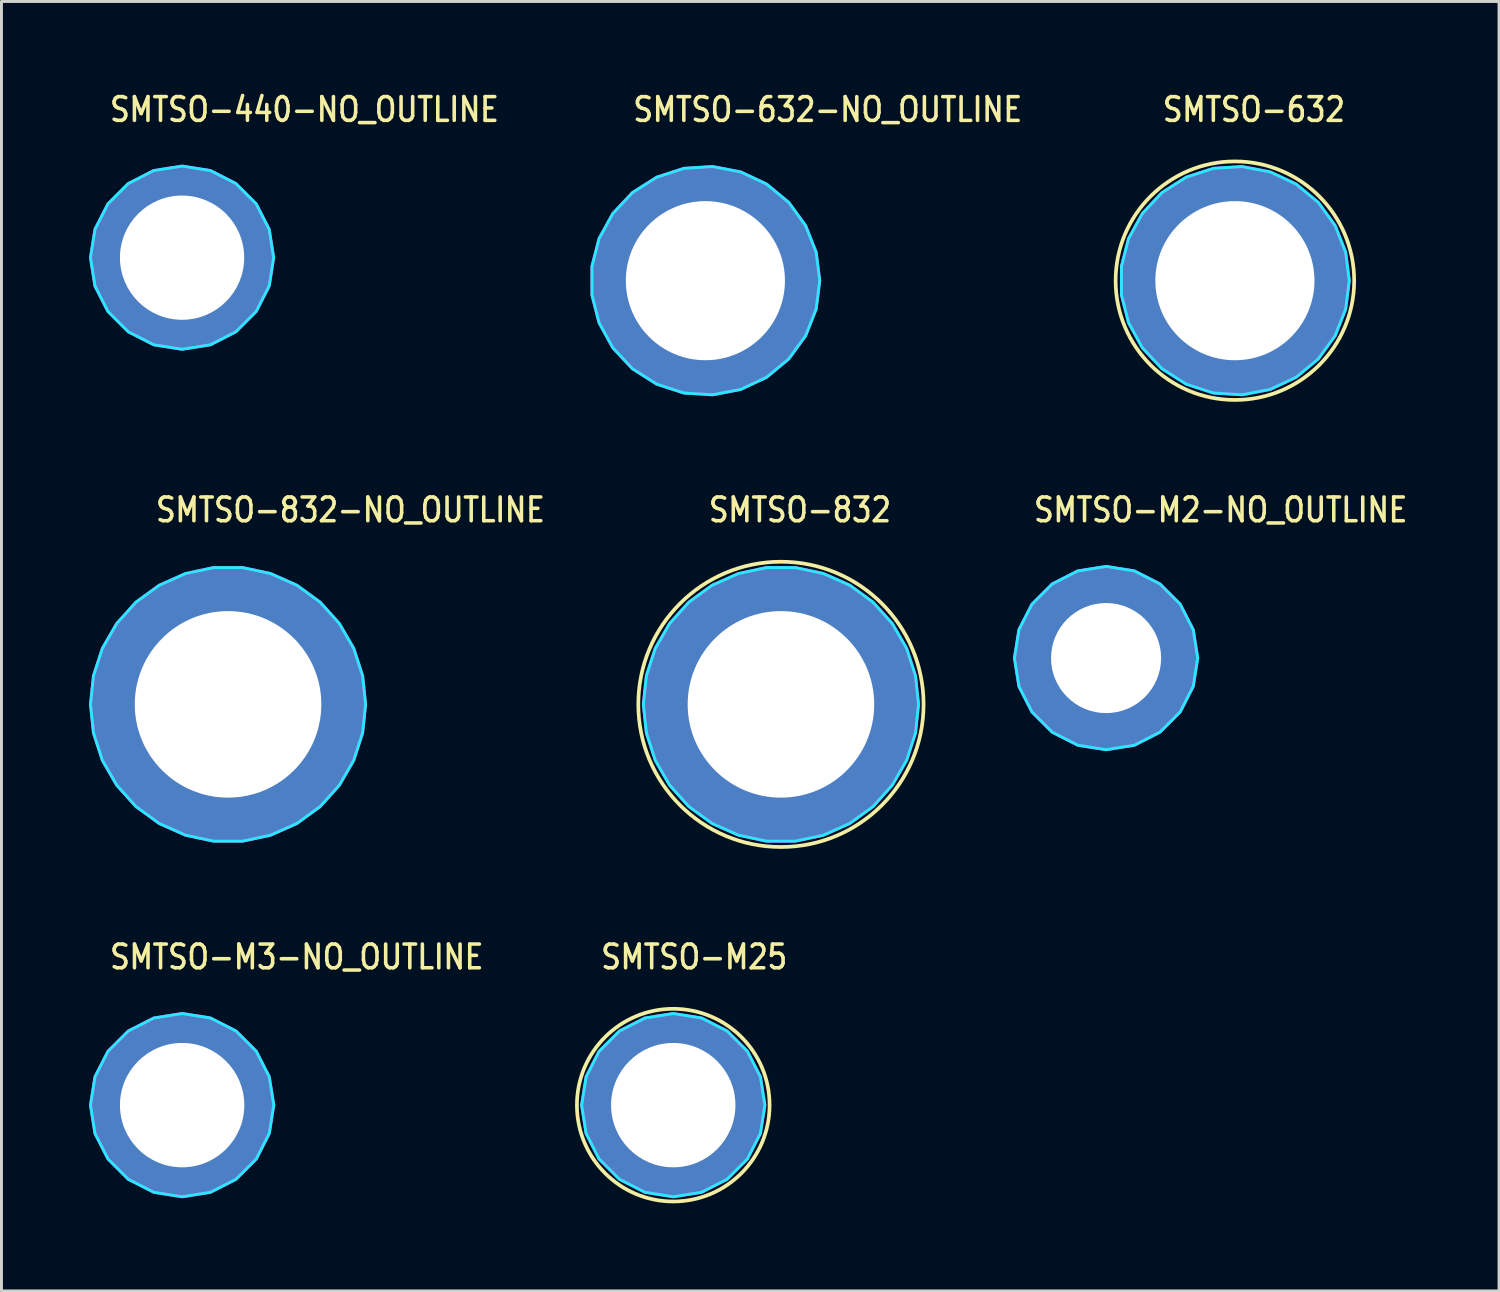
<source format=kicad_pcb>
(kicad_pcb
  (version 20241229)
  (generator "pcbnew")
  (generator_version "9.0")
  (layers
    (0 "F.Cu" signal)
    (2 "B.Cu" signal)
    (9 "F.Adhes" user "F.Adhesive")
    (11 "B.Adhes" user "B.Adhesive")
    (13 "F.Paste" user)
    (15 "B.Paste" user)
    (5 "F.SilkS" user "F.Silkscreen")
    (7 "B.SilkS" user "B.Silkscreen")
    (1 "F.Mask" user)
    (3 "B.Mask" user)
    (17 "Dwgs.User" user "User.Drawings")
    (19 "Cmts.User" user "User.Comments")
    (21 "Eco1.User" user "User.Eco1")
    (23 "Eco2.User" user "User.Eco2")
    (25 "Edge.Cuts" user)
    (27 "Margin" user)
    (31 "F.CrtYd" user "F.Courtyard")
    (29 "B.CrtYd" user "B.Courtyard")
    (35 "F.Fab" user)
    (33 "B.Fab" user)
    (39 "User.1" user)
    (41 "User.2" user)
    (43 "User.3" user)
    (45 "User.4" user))
  (footprint "SMTSO-632-NO_OUTLINE"
    (layer "F.Cu")
    (at 21.114 6.565)
    (property "Reference" "SMTSO-632-NO_OUTLINE" (at -2.54 -5.386 0) (unlocked yes) (layer "F.SilkS") (effects (font (size 0.813 0.695) (thickness 0.122)) (justify left bottom)))
    (fp_poly (pts (xy -3.772 -0.538) (xy 3.772 -0.538) (xy 2.749 -0.538) (xy -2.749 -0.538)) (stroke (width 0.076) (type solid)) (fill yes) (layer "F.Paste"))
    (fp_poly (pts (xy 3.772 0.538) (xy -3.772 0.538) (xy -2.749 0.538) (xy 2.749 0.538)) (stroke (width 0.076) (type solid)) (fill yes) (layer "F.Paste"))
    (fp_poly (pts (xy 3.917 0) (xy 3.794 -0.974) (xy 3.433 -1.887) (xy 2.855 -2.681) (xy 2.099 -3.307) (xy 1.21 -3.725) (xy 0.246 -3.909) (xy -0.734 -3.848) (xy -1.668 -3.544) (xy -2.497 -3.018) (xy -3.169 -2.302) (xy -3.642 -1.442) (xy -3.886 -0.491) (xy -3.886 0.491) (xy -3.642 1.442) (xy -3.169 2.302) (xy -2.497 3.018) (xy -1.668 3.544) (xy -0.734 3.848) (xy 0.246 3.909) (xy 1.21 3.725) (xy 2.099 3.307) (xy 2.855 2.681) (xy 3.433 1.887) (xy 3.794 0.974)) (stroke (width 0.1) (type solid)) (fill no) (layer "B.CrtYd"))
    (fp_poly (pts (xy 3.917 0) (xy 3.794 -0.974) (xy 3.433 -1.887) (xy 2.855 -2.681) (xy 2.099 -3.307) (xy 1.21 -3.725) (xy 0.246 -3.909) (xy -0.734 -3.848) (xy -1.668 -3.544) (xy -2.497 -3.018) (xy -3.169 -2.302) (xy -3.642 -1.442) (xy -3.886 -0.491) (xy -3.886 0.491) (xy -3.642 1.442) (xy -3.169 2.302) (xy -2.497 3.018) (xy -1.668 3.544) (xy -0.734 3.848) (xy 0.246 3.909) (xy 1.21 3.725) (xy 2.099 3.307) (xy 2.855 2.681) (xy 3.433 1.887) (xy 3.794 0.974)) (stroke (width 0.1) (type solid)) (fill no) (layer "F.CrtYd"))
    (pad "1" thru_hole oval (at 0 0) (size 7.772 7.772) (drill 5.45) (layers "*.Cu" "*.Mask")))
  (footprint "SMTSO-440-NO_OUTLINE"
    (layer "F.Cu")
    (at 3.187 5.777)
    (property "Reference" "SMTSO-440-NO_OUTLINE" (at -2.54 -4.599 0) (unlocked yes) (layer "F.SilkS") (effects (font (size 0.813 0.695) (thickness 0.122)) (justify left bottom)))
    (fp_poly (pts (xy -2.974 -0.538) (xy 2.974 -0.538) (xy 2.138 -0.538) (xy -2.138 -0.538)) (stroke (width 0.076) (type solid)) (fill yes) (layer "F.Paste"))
    (fp_poly (pts (xy 2.974 0.538) (xy -2.974 0.538) (xy -2.138 0.538) (xy 2.138 0.538)) (stroke (width 0.076) (type solid)) (fill yes) (layer "F.Paste"))
    (fp_poly (pts (xy 3.137 0) (xy 2.984 -0.97) (xy 2.538 -1.844) (xy 1.844 -2.538) (xy 0.97 -2.984) (xy 0 -3.137) (xy -0.97 -2.984) (xy -1.844 -2.538) (xy -2.538 -1.844) (xy -2.984 -0.97) (xy -3.137 0) (xy -2.984 0.97) (xy -2.538 1.844) (xy -1.844 2.538) (xy -0.97 2.984) (xy 0 3.137) (xy 0.97 2.984) (xy 1.844 2.538) (xy 2.538 1.844) (xy 2.984 0.97)) (stroke (width 0.1) (type solid)) (fill no) (layer "B.CrtYd"))
    (fp_poly (pts (xy 3.137 0) (xy 2.984 -0.97) (xy 2.538 -1.844) (xy 1.844 -2.538) (xy 0.97 -2.984) (xy 0 -3.137) (xy -0.97 -2.984) (xy -1.844 -2.538) (xy -2.538 -1.844) (xy -2.984 -0.97) (xy -3.137 0) (xy -2.984 0.97) (xy -2.538 1.844) (xy -1.844 2.538) (xy -0.97 2.984) (xy 0 3.137) (xy 0.97 2.984) (xy 1.844 2.538) (xy 2.538 1.844) (xy 2.984 0.97)) (stroke (width 0.1) (type solid)) (fill no) (layer "F.CrtYd"))
    (pad "1" thru_hole oval (at 0 0) (size 6.198 6.198) (drill 4.256) (layers "*.Cu" "*.Mask")))
  (footprint "SMTSO-632"
    (layer "F.Cu")
    (at 39.253 6.565)
    (property "Reference" "SMTSO-632" (at -2.54 -5.386 0) (unlocked yes) (layer "F.SilkS") (effects (font (size 0.813 0.695) (thickness 0.122)) (justify left bottom)))
    (fp_circle (center 0 0) (end 4.086 0) (stroke (width 0.127) (type solid)) (fill no) (layer "F.SilkS"))
    (fp_poly (pts (xy -3.772 -0.538) (xy -0.538 -3.772) (xy -0.538 -2.749) (xy -2.749 -0.538)) (stroke (width 0.076) (type solid)) (fill yes) (layer "F.Paste"))
    (fp_poly (pts (xy -0.538 3.772) (xy -3.772 0.538) (xy -2.749 0.538) (xy -0.538 2.749)) (stroke (width 0.076) (type solid)) (fill yes) (layer "F.Paste"))
    (fp_poly (pts (xy 0.538 -3.772) (xy 3.772 -0.538) (xy 2.749 -0.538) (xy 0.538 -2.749)) (stroke (width 0.076) (type solid)) (fill yes) (layer "F.Paste"))
    (fp_poly (pts (xy 3.772 0.538) (xy 0.538 3.772) (xy 0.538 2.749) (xy 2.749 0.538)) (stroke (width 0.076) (type solid)) (fill yes) (layer "F.Paste"))
    (fp_poly (pts (xy 3.917 0) (xy 3.794 -0.974) (xy 3.433 -1.887) (xy 2.855 -2.681) (xy 2.099 -3.307) (xy 1.21 -3.725) (xy 0.246 -3.909) (xy -0.734 -3.848) (xy -1.668 -3.544) (xy -2.497 -3.018) (xy -3.169 -2.302) (xy -3.642 -1.442) (xy -3.886 -0.491) (xy -3.886 0.491) (xy -3.642 1.442) (xy -3.169 2.302) (xy -2.497 3.018) (xy -1.668 3.544) (xy -0.734 3.848) (xy 0.246 3.909) (xy 1.21 3.725) (xy 2.099 3.307) (xy 2.855 2.681) (xy 3.433 1.887) (xy 3.794 0.974)) (stroke (width 0.1) (type solid)) (fill no) (layer "B.CrtYd"))
    (fp_poly (pts (xy 3.917 0) (xy 3.794 -0.974) (xy 3.433 -1.887) (xy 2.855 -2.681) (xy 2.099 -3.307) (xy 1.21 -3.725) (xy 0.246 -3.909) (xy -0.734 -3.848) (xy -1.668 -3.544) (xy -2.497 -3.018) (xy -3.169 -2.302) (xy -3.642 -1.442) (xy -3.886 -0.491) (xy -3.886 0.491) (xy -3.642 1.442) (xy -3.169 2.302) (xy -2.497 3.018) (xy -1.668 3.544) (xy -0.734 3.848) (xy 0.246 3.909) (xy 1.21 3.725) (xy 2.099 3.307) (xy 2.855 2.681) (xy 3.433 1.887) (xy 3.794 0.974)) (stroke (width 0.1) (type solid)) (fill no) (layer "F.CrtYd"))
    (pad "1" thru_hole oval (at 0 0) (size 7.772 7.772) (drill 5.45) (layers "*.Cu" "*.Mask")))
  (footprint "SMTSO-832-NO_OUTLINE"
    (layer "F.Cu")
    (at 4.762 21.079)
    (property "Reference" "SMTSO-832-NO_OUTLINE" (at -2.54 -6.186 0) (unlocked yes) (layer "F.SilkS") (effects (font (size 0.813 0.695) (thickness 0.122)) (justify left bottom)))
    (fp_poly (pts (xy -4.579 -0.538) (xy 4.579 -0.538) (xy 3.227 -0.538) (xy -3.227 -0.538)) (stroke (width 0.076) (type solid)) (fill yes) (layer "F.Paste"))
    (fp_poly (pts (xy 4.579 0.538) (xy -4.579 0.538) (xy -3.227 0.538) (xy 3.227 0.538)) (stroke (width 0.076) (type solid)) (fill yes) (layer "F.Paste"))
    (fp_poly (pts (xy 4.712 0) (xy 4.609 -0.98) (xy 4.305 -1.917) (xy 3.812 -2.77) (xy 3.153 -3.502) (xy 2.356 -4.081) (xy 1.456 -4.481) (xy 0.493 -4.686) (xy -0.493 -4.686) (xy -1.456 -4.481) (xy -2.356 -4.081) (xy -3.153 -3.502) (xy -3.812 -2.77) (xy -4.305 -1.917) (xy -4.609 -0.98) (xy -4.712 0) (xy -4.609 0.98) (xy -4.305 1.917) (xy -3.812 2.77) (xy -3.153 3.502) (xy -2.356 4.081) (xy -1.456 4.481) (xy -0.493 4.686) (xy 0.493 4.686) (xy 1.456 4.481) (xy 2.356 4.081) (xy 3.153 3.502) (xy 3.812 2.77) (xy 4.305 1.917) (xy 4.609 0.98)) (stroke (width 0.1) (type solid)) (fill no) (layer "B.CrtYd"))
    (fp_poly (pts (xy 4.712 0) (xy 4.609 -0.98) (xy 4.305 -1.917) (xy 3.812 -2.77) (xy 3.153 -3.502) (xy 2.356 -4.081) (xy 1.456 -4.481) (xy 0.493 -4.686) (xy -0.493 -4.686) (xy -1.456 -4.481) (xy -2.356 -4.081) (xy -3.153 -3.502) (xy -3.812 -2.77) (xy -4.305 -1.917) (xy -4.609 -0.98) (xy -4.712 0) (xy -4.609 0.98) (xy -4.305 1.917) (xy -3.812 2.77) (xy -3.153 3.502) (xy -2.356 4.081) (xy -1.456 4.481) (xy -0.493 4.686) (xy 0.493 4.686) (xy 1.456 4.481) (xy 2.356 4.081) (xy 3.153 3.502) (xy 3.812 2.77) (xy 4.305 1.917) (xy 4.609 0.98)) (stroke (width 0.1) (type solid)) (fill no) (layer "F.CrtYd"))
    (pad "1" thru_hole oval (at 0 0) (size 9.373 9.373) (drill 6.39) (layers "*.Cu" "*.Mask")))
  (footprint "SMTSO-M3-NO_OUTLINE"
    (layer "F.Cu")
    (at 3.189 34.808)
    (property "Reference" "SMTSO-M3-NO_OUTLINE" (at -2.54 -4.6 0) (unlocked yes) (layer "F.SilkS") (effects (font (size 0.813 0.695) (thickness 0.122)) (justify left bottom)))
    (fp_poly (pts (xy -2.976 -0.538) (xy 2.976 -0.538) (xy 2.14 -0.538) (xy -2.14 -0.538)) (stroke (width 0.076) (type solid)) (fill yes) (layer "F.Paste"))
    (fp_poly (pts (xy 2.976 0.538) (xy -2.976 0.538) (xy -2.14 0.538) (xy 2.14 0.538)) (stroke (width 0.076) (type solid)) (fill yes) (layer "F.Paste"))
    (fp_poly (pts (xy 3.139 0) (xy 2.985 -0.97) (xy 2.539 -1.845) (xy 1.845 -2.539) (xy 0.97 -2.985) (xy 0 -3.139) (xy -0.97 -2.985) (xy -1.845 -2.539) (xy -2.539 -1.845) (xy -2.985 -0.97) (xy -3.139 0) (xy -2.985 0.97) (xy -2.539 1.845) (xy -1.845 2.539) (xy -0.97 2.985) (xy 0 3.139) (xy 0.97 2.985) (xy 1.845 2.539) (xy 2.539 1.845) (xy 2.985 0.97)) (stroke (width 0.1) (type solid)) (fill no) (layer "B.CrtYd"))
    (fp_poly (pts (xy 3.139 0) (xy 2.985 -0.97) (xy 2.539 -1.845) (xy 1.845 -2.539) (xy 0.97 -2.985) (xy 0 -3.139) (xy -0.97 -2.985) (xy -1.845 -2.539) (xy -2.539 -1.845) (xy -2.985 -0.97) (xy -3.139 0) (xy -2.985 0.97) (xy -2.539 1.845) (xy -1.845 2.539) (xy -0.97 2.985) (xy 0 3.139) (xy 0.97 2.985) (xy 1.845 2.539) (xy 2.539 1.845) (xy 2.985 0.97)) (stroke (width 0.1) (type solid)) (fill no) (layer "F.CrtYd"))
    (pad "1" thru_hole oval (at 0 0) (size 6.2 6.2) (drill 4.26) (layers "*.Cu" "*.Mask")))
  (footprint "SMTSO-M25"
    (layer "F.Cu")
    (at 20.013 34.808)
    (property "Reference" "SMTSO-M25" (at -2.54 -4.6 0) (unlocked yes) (layer "F.SilkS") (effects (font (size 0.813 0.695) (thickness 0.122)) (justify left bottom)))
    (fp_circle (center 0 0) (end 3.3 0) (stroke (width 0.127) (type solid)) (fill no) (layer "F.SilkS"))
    (fp_poly (pts (xy -2.976 -0.538) (xy 2.976 -0.538) (xy 2.14 -0.538) (xy -2.14 -0.538)) (stroke (width 0.076) (type solid)) (fill yes) (layer "F.Paste"))
    (fp_poly (pts (xy 2.976 0.538) (xy -2.976 0.538) (xy -2.14 0.538) (xy 2.14 0.538)) (stroke (width 0.076) (type solid)) (fill yes) (layer "F.Paste"))
    (fp_poly (pts (xy 3.139 0) (xy 2.985 -0.97) (xy 2.539 -1.845) (xy 1.845 -2.539) (xy 0.97 -2.985) (xy 0 -3.139) (xy -0.97 -2.985) (xy -1.845 -2.539) (xy -2.539 -1.845) (xy -2.985 -0.97) (xy -3.139 0) (xy -2.985 0.97) (xy -2.539 1.845) (xy -1.845 2.539) (xy -0.97 2.985) (xy 0 3.139) (xy 0.97 2.985) (xy 1.845 2.539) (xy 2.539 1.845) (xy 2.985 0.97)) (stroke (width 0.1) (type solid)) (fill no) (layer "B.CrtYd"))
    (fp_poly (pts (xy 3.139 0) (xy 2.985 -0.97) (xy 2.539 -1.845) (xy 1.845 -2.539) (xy 0.97 -2.985) (xy 0 -3.139) (xy -0.97 -2.985) (xy -1.845 -2.539) (xy -2.539 -1.845) (xy -2.985 -0.97) (xy -3.139 0) (xy -2.985 0.97) (xy -2.539 1.845) (xy -1.845 2.539) (xy -0.97 2.985) (xy 0 3.139) (xy 0.97 2.985) (xy 1.845 2.539) (xy 2.539 1.845) (xy 2.985 0.97)) (stroke (width 0.1) (type solid)) (fill no) (layer "F.CrtYd"))
    (pad "1" thru_hole oval (at 0 0) (size 6.2 6.2) (drill 4.26) (layers "*.Cu" "*.Mask")))
  (footprint "SMTSO-832"
    (layer "F.Cu")
    (at 23.702 21.079)
    (property "Reference" "SMTSO-832" (at -2.54 -6.186 0) (unlocked yes) (layer "F.SilkS") (effects (font (size 0.813 0.695) (thickness 0.122)) (justify left bottom)))
    (fp_circle (center 0 0) (end 4.886 0) (stroke (width 0.127) (type solid)) (fill no) (layer "F.SilkS"))
    (fp_poly (pts (xy -4.579 -0.538) (xy -0.538 -4.579) (xy -0.538 -3.227) (xy -3.227 -0.538)) (stroke (width 0.076) (type solid)) (fill yes) (layer "F.Paste"))
    (fp_poly (pts (xy -0.538 4.579) (xy -4.579 0.538) (xy -3.227 0.538) (xy -0.538 3.227)) (stroke (width 0.076) (type solid)) (fill yes) (layer "F.Paste"))
    (fp_poly (pts (xy 0.538 -4.579) (xy 4.579 -0.538) (xy 3.227 -0.538) (xy 0.538 -3.227)) (stroke (width 0.076) (type solid)) (fill yes) (layer "F.Paste"))
    (fp_poly (pts (xy 4.579 0.538) (xy 0.538 4.579) (xy 0.538 3.227) (xy 3.227 0.538)) (stroke (width 0.076) (type solid)) (fill yes) (layer "F.Paste"))
    (fp_poly (pts (xy 4.712 0) (xy 4.609 -0.98) (xy 4.305 -1.917) (xy 3.812 -2.77) (xy 3.153 -3.502) (xy 2.356 -4.081) (xy 1.456 -4.481) (xy 0.493 -4.686) (xy -0.493 -4.686) (xy -1.456 -4.481) (xy -2.356 -4.081) (xy -3.153 -3.502) (xy -3.812 -2.77) (xy -4.305 -1.917) (xy -4.609 -0.98) (xy -4.712 0) (xy -4.609 0.98) (xy -4.305 1.917) (xy -3.812 2.77) (xy -3.153 3.502) (xy -2.356 4.081) (xy -1.456 4.481) (xy -0.493 4.686) (xy 0.493 4.686) (xy 1.456 4.481) (xy 2.356 4.081) (xy 3.153 3.502) (xy 3.812 2.77) (xy 4.305 1.917) (xy 4.609 0.98)) (stroke (width 0.1) (type solid)) (fill no) (layer "B.CrtYd"))
    (fp_poly (pts (xy 4.712 0) (xy 4.609 -0.98) (xy 4.305 -1.917) (xy 3.812 -2.77) (xy 3.153 -3.502) (xy 2.356 -4.081) (xy 1.456 -4.481) (xy 0.493 -4.686) (xy -0.493 -4.686) (xy -1.456 -4.481) (xy -2.356 -4.081) (xy -3.153 -3.502) (xy -3.812 -2.77) (xy -4.305 -1.917) (xy -4.609 -0.98) (xy -4.712 0) (xy -4.609 0.98) (xy -4.305 1.917) (xy -3.812 2.77) (xy -3.153 3.502) (xy -2.356 4.081) (xy -1.456 4.481) (xy -0.493 4.686) (xy 0.493 4.686) (xy 1.456 4.481) (xy 2.356 4.081) (xy 3.153 3.502) (xy 3.812 2.77) (xy 4.305 1.917) (xy 4.609 0.98)) (stroke (width 0.1) (type solid)) (fill no) (layer "F.CrtYd"))
    (pad "1" thru_hole oval (at 0 0) (size 9.373 9.373) (drill 6.39) (layers "*.Cu" "*.Mask")))
  (footprint "SMTSO-M2-NO_OUTLINE"
    (layer "F.Cu")
    (at 34.84 19.493)
    (property "Reference" "SMTSO-M2-NO_OUTLINE" (at -2.54 -4.6 0) (unlocked yes) (layer "F.SilkS") (effects (font (size 0.813 0.695) (thickness 0.122)) (justify left bottom)))
    (fp_poly (pts (xy -2.976 -0.538) (xy 2.976 -0.538) (xy 1.886 -0.538) (xy -1.886 -0.538)) (stroke (width 0.076) (type solid)) (fill yes) (layer "F.Paste"))
    (fp_poly (pts (xy 2.976 0.538) (xy -2.976 0.538) (xy -1.886 0.538) (xy 1.886 0.538)) (stroke (width 0.076) (type solid)) (fill yes) (layer "F.Paste"))
    (fp_poly (pts (xy 3.139 0) (xy 2.985 -0.97) (xy 2.539 -1.845) (xy 1.845 -2.539) (xy 0.97 -2.985) (xy 0 -3.139) (xy -0.97 -2.985) (xy -1.845 -2.539) (xy -2.539 -1.845) (xy -2.985 -0.97) (xy -3.139 0) (xy -2.985 0.97) (xy -2.539 1.845) (xy -1.845 2.539) (xy -0.97 2.985) (xy 0 3.139) (xy 0.97 2.985) (xy 1.845 2.539) (xy 2.539 1.845) (xy 2.985 0.97)) (stroke (width 0.1) (type solid)) (fill no) (layer "B.CrtYd"))
    (fp_poly (pts (xy 3.139 0) (xy 2.985 -0.97) (xy 2.539 -1.845) (xy 1.845 -2.539) (xy 0.97 -2.985) (xy 0 -3.139) (xy -0.97 -2.985) (xy -1.845 -2.539) (xy -2.539 -1.845) (xy -2.985 -0.97) (xy -3.139 0) (xy -2.985 0.97) (xy -2.539 1.845) (xy -1.845 2.539) (xy -0.97 2.985) (xy 0 3.139) (xy 0.97 2.985) (xy 1.845 2.539) (xy 2.539 1.845) (xy 2.985 0.97)) (stroke (width 0.1) (type solid)) (fill no) (layer "F.CrtYd"))
    (pad "1" thru_hole oval (at 0 0) (size 6.2 6.2) (drill 3.77) (layers "*.Cu" "*.Mask")))
  (gr_rect
    (start -3 -3)
    (end 48.301 41.171)
    (stroke (width 0.1) (type default))
    (fill no)
    (layer "Edge.Cuts")))
</source>
